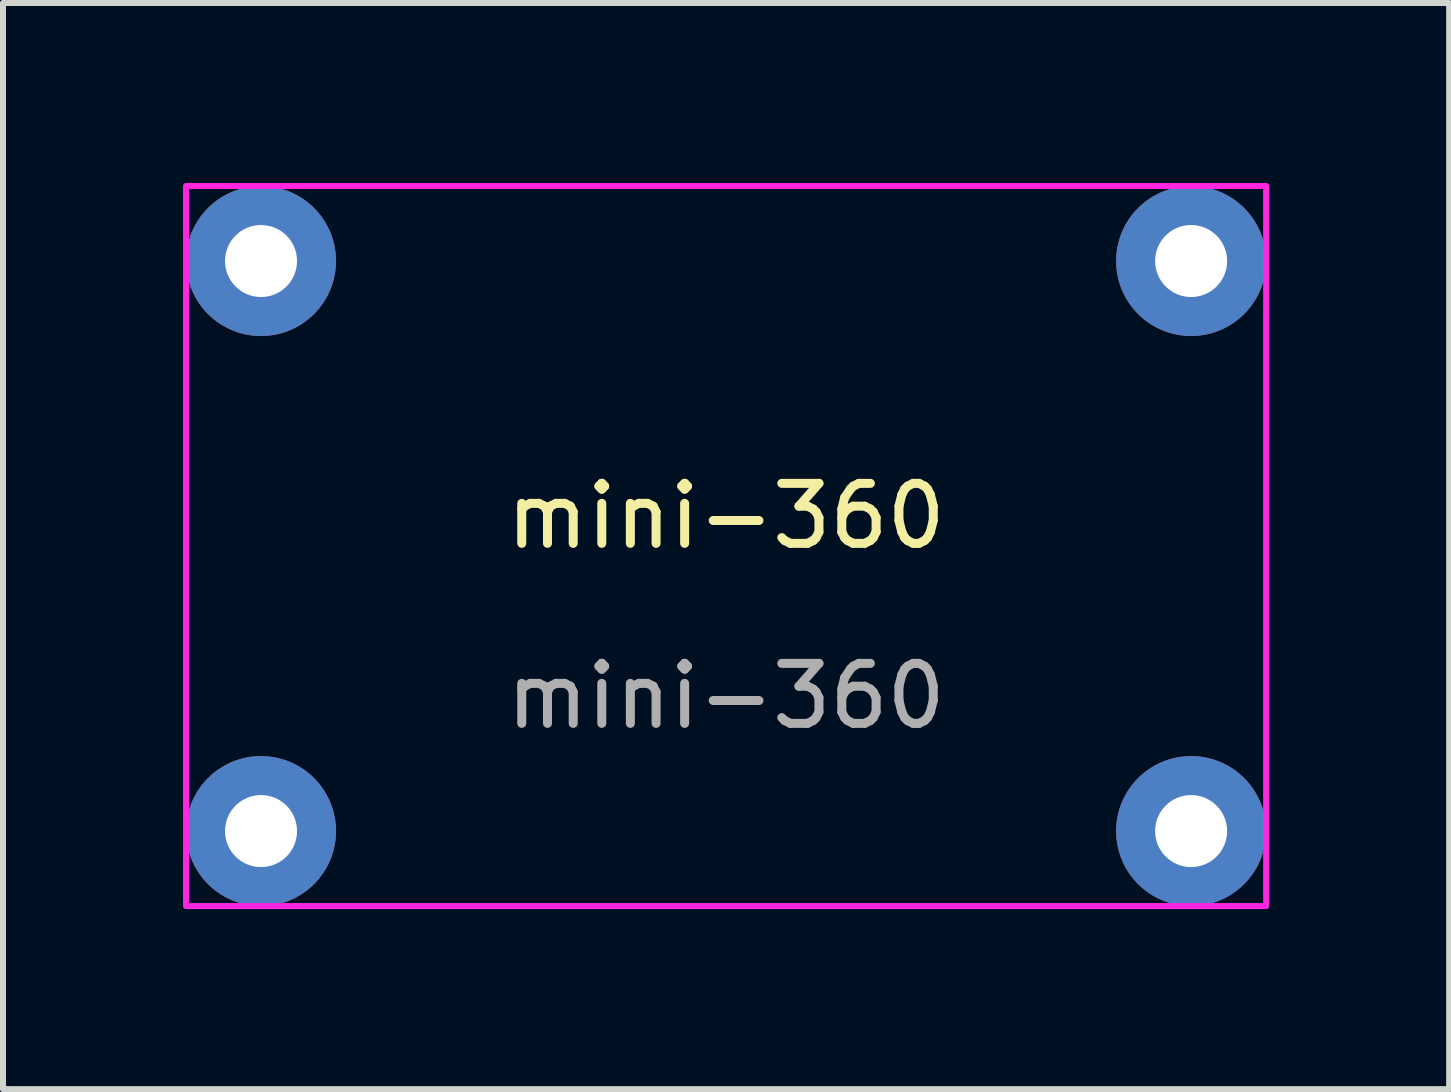
<source format=kicad_pcb>
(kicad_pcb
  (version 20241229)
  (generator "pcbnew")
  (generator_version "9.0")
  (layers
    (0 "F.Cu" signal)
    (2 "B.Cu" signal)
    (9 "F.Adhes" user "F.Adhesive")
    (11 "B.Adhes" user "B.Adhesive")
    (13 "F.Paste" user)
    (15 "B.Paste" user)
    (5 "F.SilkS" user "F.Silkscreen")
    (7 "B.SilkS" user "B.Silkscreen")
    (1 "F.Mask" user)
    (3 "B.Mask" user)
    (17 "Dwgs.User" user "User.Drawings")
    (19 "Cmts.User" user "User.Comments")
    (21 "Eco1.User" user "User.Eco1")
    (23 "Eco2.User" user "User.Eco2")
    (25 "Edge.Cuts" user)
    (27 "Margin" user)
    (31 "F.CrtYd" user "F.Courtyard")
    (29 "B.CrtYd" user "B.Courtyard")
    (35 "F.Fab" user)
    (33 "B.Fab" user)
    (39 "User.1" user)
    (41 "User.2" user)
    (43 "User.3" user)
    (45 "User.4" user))
  (footprint "mini-360"
    (layer "F.Cu")
    (at 9.05 6.05)
    (property "Reference" "mini-360" (at 0 -0.5 0) (unlocked yes) (layer "F.SilkS") (effects (font (size 1 1) (thickness 0.15))))
    (attr smd)
    (fp_rect (start -9 -6) (end 9 6) (stroke (width 0.1) (type solid)) (fill no) (layer "F.CrtYd"))
    (fp_text user "${REFERENCE}" (at 0 2.5 0) (unlocked yes) (layer "F.Fab") (effects (font (size 1 1) (thickness 0.15))))
    (pad "1" thru_hole circle (at -7.75 4.75) (size 2.5 2.5) (drill 1.2) (layers "*.Cu" "*.Mask"))
    (pad "2" thru_hole circle (at 7.75 4.75) (size 2.5 2.5) (drill 1.2) (layers "*.Cu" "*.Mask"))
    (pad "3" thru_hole circle (at 7.75 -4.75) (size 2.5 2.5) (drill 1.2) (layers "*.Cu" "*.Mask"))
    (pad "4" thru_hole circle (at -7.75 -4.75) (size 2.5 2.5) (drill 1.2) (layers "*.Cu" "*.Mask")))
  (gr_rect
    (start -3 -3)
    (end 21.1 15.1)
    (stroke (width 0.1) (type default))
    (fill no)
    (layer "Edge.Cuts")))
</source>
